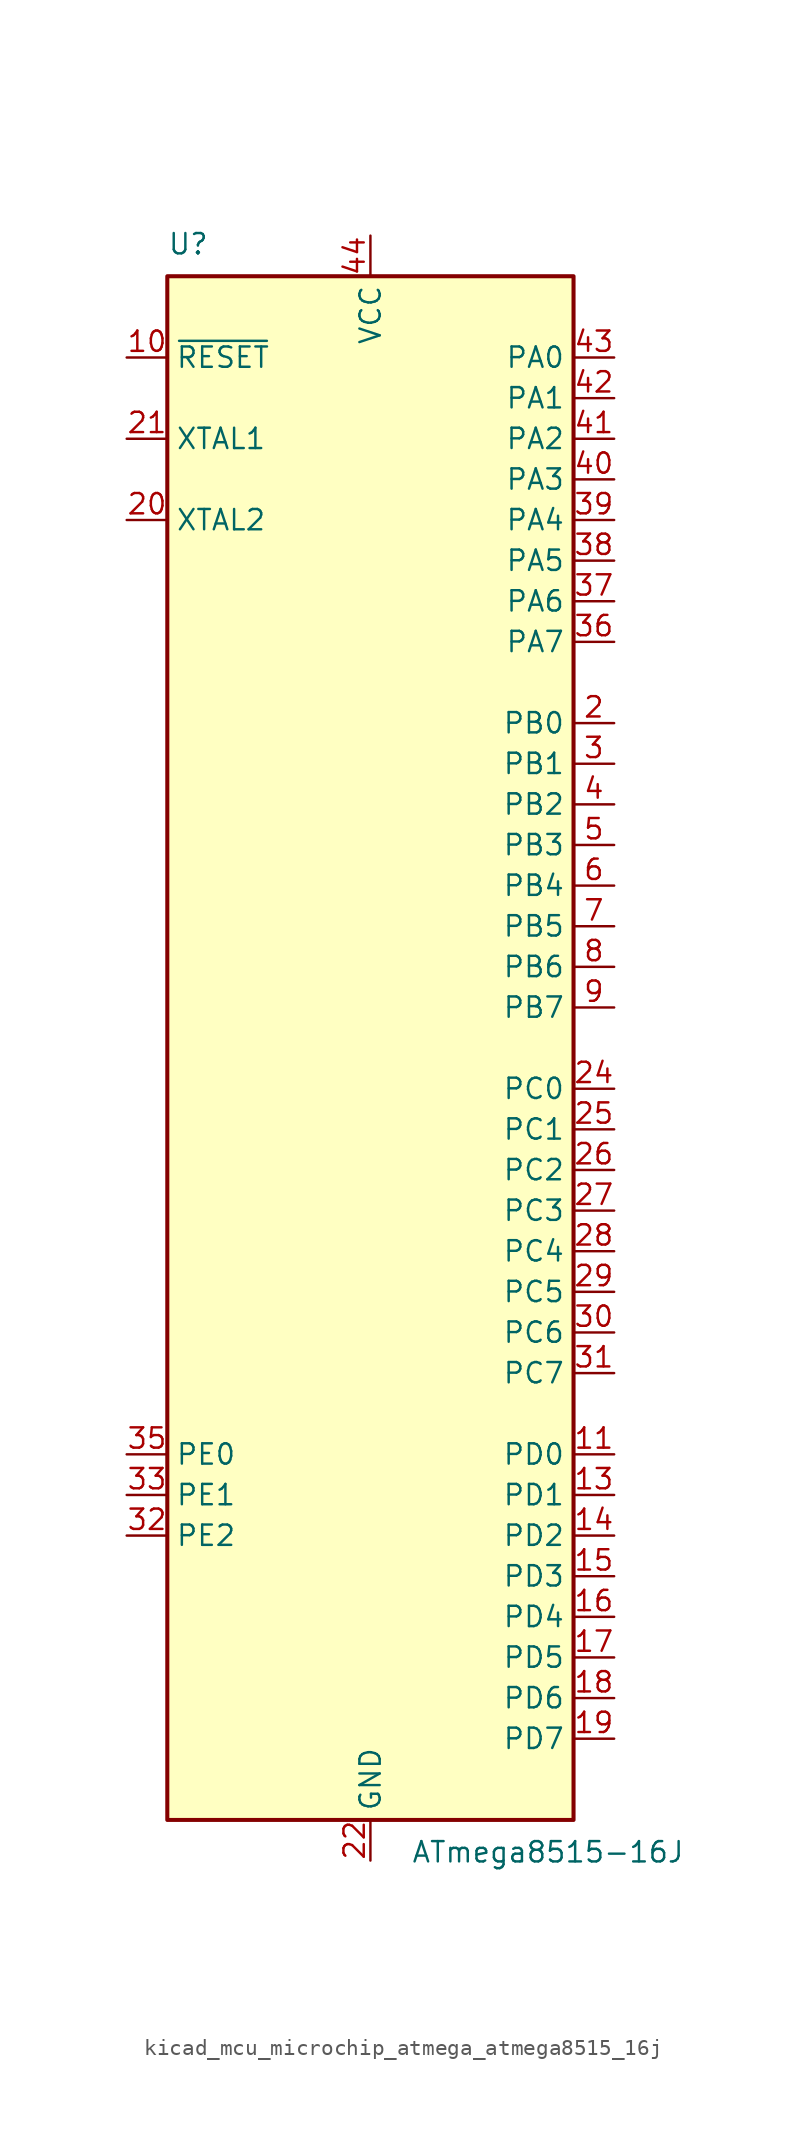
<source format=kicad_sym>
(kicad_symbol_lib
  (version 20220914)
  (generator kicad_symbol_editor)
  (symbol "kicad_mcu_microchip_atmega_atmega8515_16j"
    (property "Reference" "U"
      (at -12.7 49.53 0)
      (effects (font (size 1.27 1.27)) (justify left bottom)))
    (property "Value" "ATmega8515-16J"
      (at 2.54 -49.53 0)
      (effects (font (size 1.27 1.27)) (justify left top)))
    (symbol "kicad_mcu_microchip_atmega_atmega8515_16j_0_1"
      (rectangle (start -12.7 -48.26) (end 12.7 48.26) (stroke (width 0.254) (type default)) (fill (type background))))
    (symbol "kicad_mcu_microchip_atmega_atmega8515_16j_1_1"
      (pin no_connect line (at -12.7 -38.1 0) (length 2.54) hide (name "NC" (effects (font (size 1.27 1.27)))) (number "1" (effects (font (size 1.27 1.27)))))
      (pin input line (at -15.24 43.18 0) (length 2.54) (name "~{RESET}" (effects (font (size 1.27 1.27)))) (number "10" (effects (font (size 1.27 1.27)))))
      (pin bidirectional line (at 15.24 -25.4 180) (length 2.54) (name "PD0" (effects (font (size 1.27 1.27)))) (number "11" (effects (font (size 1.27 1.27)))))
      (pin no_connect line (at -12.7 -40.64 0) (length 2.54) hide (name "NC" (effects (font (size 1.27 1.27)))) (number "12" (effects (font (size 1.27 1.27)))))
      (pin bidirectional line (at 15.24 -27.94 180) (length 2.54) (name "PD1" (effects (font (size 1.27 1.27)))) (number "13" (effects (font (size 1.27 1.27)))))
      (pin bidirectional line (at 15.24 -30.48 180) (length 2.54) (name "PD2" (effects (font (size 1.27 1.27)))) (number "14" (effects (font (size 1.27 1.27)))))
      (pin bidirectional line (at 15.24 -33.02 180) (length 2.54) (name "PD3" (effects (font (size 1.27 1.27)))) (number "15" (effects (font (size 1.27 1.27)))))
      (pin bidirectional line (at 15.24 -35.56 180) (length 2.54) (name "PD4" (effects (font (size 1.27 1.27)))) (number "16" (effects (font (size 1.27 1.27)))))
      (pin bidirectional line (at 15.24 -38.1 180) (length 2.54) (name "PD5" (effects (font (size 1.27 1.27)))) (number "17" (effects (font (size 1.27 1.27)))))
      (pin bidirectional line (at 15.24 -40.64 180) (length 2.54) (name "PD6" (effects (font (size 1.27 1.27)))) (number "18" (effects (font (size 1.27 1.27)))))
      (pin bidirectional line (at 15.24 -43.18 180) (length 2.54) (name "PD7" (effects (font (size 1.27 1.27)))) (number "19" (effects (font (size 1.27 1.27)))))
      (pin bidirectional line (at 15.24 20.32 180) (length 2.54) (name "PB0" (effects (font (size 1.27 1.27)))) (number "2" (effects (font (size 1.27 1.27)))))
      (pin output line (at -15.24 33.02 0) (length 2.54) (name "XTAL2" (effects (font (size 1.27 1.27)))) (number "20" (effects (font (size 1.27 1.27)))))
      (pin input line (at -15.24 38.1 0) (length 2.54) (name "XTAL1" (effects (font (size 1.27 1.27)))) (number "21" (effects (font (size 1.27 1.27)))))
      (pin power_in line (at 0 -50.8 90) (length 2.54) (name "GND" (effects (font (size 1.27 1.27)))) (number "22" (effects (font (size 1.27 1.27)))))
      (pin no_connect line (at -12.7 -43.18 0) (length 2.54) hide (name "NC" (effects (font (size 1.27 1.27)))) (number "23" (effects (font (size 1.27 1.27)))))
      (pin bidirectional line (at 15.24 -2.54 180) (length 2.54) (name "PC0" (effects (font (size 1.27 1.27)))) (number "24" (effects (font (size 1.27 1.27)))))
      (pin bidirectional line (at 15.24 -5.08 180) (length 2.54) (name "PC1" (effects (font (size 1.27 1.27)))) (number "25" (effects (font (size 1.27 1.27)))))
      (pin bidirectional line (at 15.24 -7.62 180) (length 2.54) (name "PC2" (effects (font (size 1.27 1.27)))) (number "26" (effects (font (size 1.27 1.27)))))
      (pin bidirectional line (at 15.24 -10.16 180) (length 2.54) (name "PC3" (effects (font (size 1.27 1.27)))) (number "27" (effects (font (size 1.27 1.27)))))
      (pin bidirectional line (at 15.24 -12.7 180) (length 2.54) (name "PC4" (effects (font (size 1.27 1.27)))) (number "28" (effects (font (size 1.27 1.27)))))
      (pin bidirectional line (at 15.24 -15.24 180) (length 2.54) (name "PC5" (effects (font (size 1.27 1.27)))) (number "29" (effects (font (size 1.27 1.27)))))
      (pin bidirectional line (at 15.24 17.78 180) (length 2.54) (name "PB1" (effects (font (size 1.27 1.27)))) (number "3" (effects (font (size 1.27 1.27)))))
      (pin bidirectional line (at 15.24 -17.78 180) (length 2.54) (name "PC6" (effects (font (size 1.27 1.27)))) (number "30" (effects (font (size 1.27 1.27)))))
      (pin bidirectional line (at 15.24 -20.32 180) (length 2.54) (name "PC7" (effects (font (size 1.27 1.27)))) (number "31" (effects (font (size 1.27 1.27)))))
      (pin bidirectional line (at -15.24 -30.48 0) (length 2.54) (name "PE2" (effects (font (size 1.27 1.27)))) (number "32" (effects (font (size 1.27 1.27)))))
      (pin bidirectional line (at -15.24 -27.94 0) (length 2.54) (name "PE1" (effects (font (size 1.27 1.27)))) (number "33" (effects (font (size 1.27 1.27)))))
      (pin no_connect line (at -12.7 -45.72 0) (length 2.54) hide (name "NC" (effects (font (size 1.27 1.27)))) (number "34" (effects (font (size 1.27 1.27)))))
      (pin bidirectional line (at -15.24 -25.4 0) (length 2.54) (name "PE0" (effects (font (size 1.27 1.27)))) (number "35" (effects (font (size 1.27 1.27)))))
      (pin bidirectional line (at 15.24 25.4 180) (length 2.54) (name "PA7" (effects (font (size 1.27 1.27)))) (number "36" (effects (font (size 1.27 1.27)))))
      (pin bidirectional line (at 15.24 27.94 180) (length 2.54) (name "PA6" (effects (font (size 1.27 1.27)))) (number "37" (effects (font (size 1.27 1.27)))))
      (pin bidirectional line (at 15.24 30.48 180) (length 2.54) (name "PA5" (effects (font (size 1.27 1.27)))) (number "38" (effects (font (size 1.27 1.27)))))
      (pin bidirectional line (at 15.24 33.02 180) (length 2.54) (name "PA4" (effects (font (size 1.27 1.27)))) (number "39" (effects (font (size 1.27 1.27)))))
      (pin bidirectional line (at 15.24 15.24 180) (length 2.54) (name "PB2" (effects (font (size 1.27 1.27)))) (number "4" (effects (font (size 1.27 1.27)))))
      (pin bidirectional line (at 15.24 35.56 180) (length 2.54) (name "PA3" (effects (font (size 1.27 1.27)))) (number "40" (effects (font (size 1.27 1.27)))))
      (pin bidirectional line (at 15.24 38.1 180) (length 2.54) (name "PA2" (effects (font (size 1.27 1.27)))) (number "41" (effects (font (size 1.27 1.27)))))
      (pin bidirectional line (at 15.24 40.64 180) (length 2.54) (name "PA1" (effects (font (size 1.27 1.27)))) (number "42" (effects (font (size 1.27 1.27)))))
      (pin bidirectional line (at 15.24 43.18 180) (length 2.54) (name "PA0" (effects (font (size 1.27 1.27)))) (number "43" (effects (font (size 1.27 1.27)))))
      (pin power_in line (at 0 50.8 270) (length 2.54) (name "VCC" (effects (font (size 1.27 1.27)))) (number "44" (effects (font (size 1.27 1.27)))))
      (pin bidirectional line (at 15.24 12.7 180) (length 2.54) (name "PB3" (effects (font (size 1.27 1.27)))) (number "5" (effects (font (size 1.27 1.27)))))
      (pin bidirectional line (at 15.24 10.16 180) (length 2.54) (name "PB4" (effects (font (size 1.27 1.27)))) (number "6" (effects (font (size 1.27 1.27)))))
      (pin bidirectional line (at 15.24 7.62 180) (length 2.54) (name "PB5" (effects (font (size 1.27 1.27)))) (number "7" (effects (font (size 1.27 1.27)))))
      (pin bidirectional line (at 15.24 5.08 180) (length 2.54) (name "PB6" (effects (font (size 1.27 1.27)))) (number "8" (effects (font (size 1.27 1.27)))))
      (pin bidirectional line (at 15.24 2.54 180) (length 2.54) (name "PB7" (effects (font (size 1.27 1.27)))) (number "9" (effects (font (size 1.27 1.27))))))))
</source>
